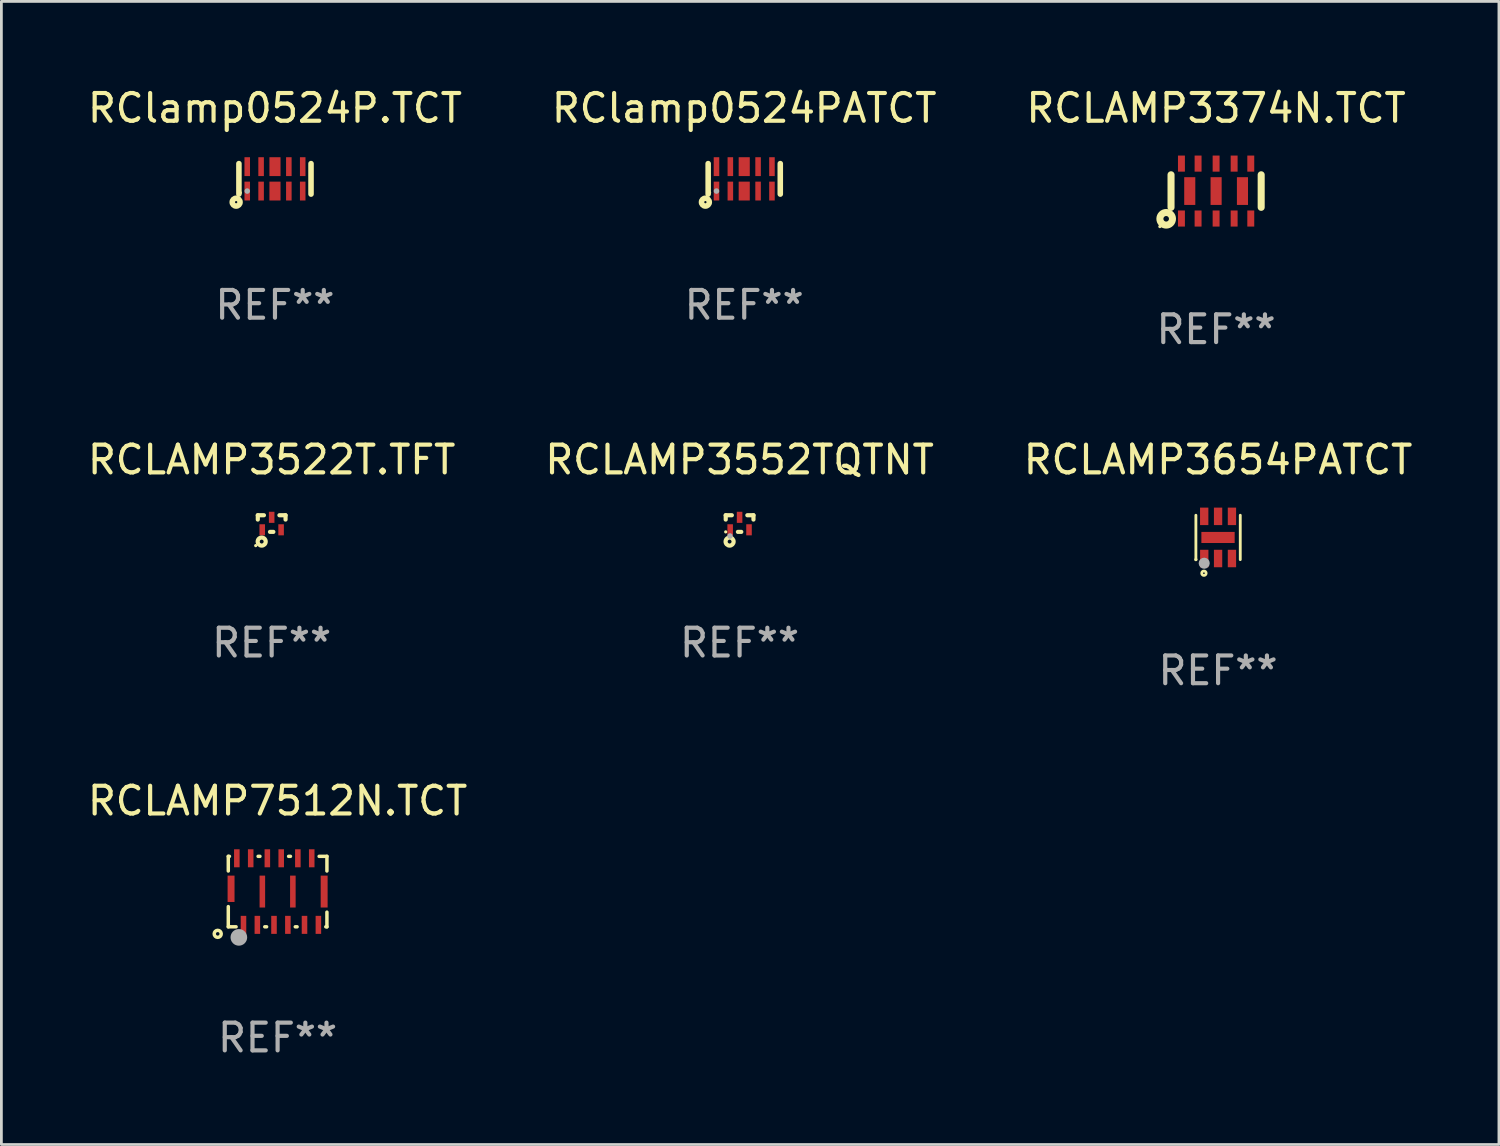
<source format=kicad_pcb>
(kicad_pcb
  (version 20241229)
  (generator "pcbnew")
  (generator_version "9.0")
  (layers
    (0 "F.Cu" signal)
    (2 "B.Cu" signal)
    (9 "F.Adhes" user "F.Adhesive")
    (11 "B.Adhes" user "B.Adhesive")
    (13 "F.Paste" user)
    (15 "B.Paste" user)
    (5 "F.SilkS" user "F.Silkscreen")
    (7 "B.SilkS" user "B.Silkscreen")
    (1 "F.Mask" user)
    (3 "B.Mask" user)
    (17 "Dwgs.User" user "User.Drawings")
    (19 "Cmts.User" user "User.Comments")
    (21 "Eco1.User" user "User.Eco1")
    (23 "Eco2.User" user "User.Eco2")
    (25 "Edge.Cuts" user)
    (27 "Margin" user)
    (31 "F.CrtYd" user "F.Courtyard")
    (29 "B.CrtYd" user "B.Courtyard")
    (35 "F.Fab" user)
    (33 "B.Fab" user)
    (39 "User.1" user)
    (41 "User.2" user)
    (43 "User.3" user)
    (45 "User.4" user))
  (footprint "RCLAMP3374N.TCT"
    (layer "F.Cu")
    (at 40.792 3.838)
    (property "Reference" "RCLAMP3374N.TCT" (at 0 -2.99 0) (layer "F.SilkS") (effects (font (size 1 1) (thickness 0.15))))
    (attr through_hole)
    (fp_line (start -1.625 -0.587) (end -1.625 0.587) (stroke (width 0.254) (type solid)) (layer "F.SilkS"))
    (fp_line (start 1.625 -0.587) (end 1.625 0.587) (stroke (width 0.254) (type solid)) (layer "F.SilkS"))
    (fp_circle (center -2.027 1.28) (end -1.997 1.28) (stroke (width 0.06) (type solid)) (fill no) (layer "F.SilkS"))
    (fp_circle (center -1.8 1) (end -1.7 1) (stroke (width 0.254) (type solid)) (fill no) (layer "F.SilkS"))
    (fp_text user "REF**" (at 0 4.99 0) (layer "F.Fab") (effects (font (size 1 1) (thickness 0.15))))
    (pad "1" smd rect (at -1.25 0.99) (size 0.25 0.58) (layers "F.Cu" "F.Mask" "F.Paste"))
    (pad "2" smd rect (at -0.65 0.99) (size 0.25 0.58) (layers "F.Cu" "F.Mask" "F.Paste"))
    (pad "3" smd rect (at 0 0.99) (size 0.25 0.58) (layers "F.Cu" "F.Mask" "F.Paste"))
    (pad "4" smd rect (at 0.65 0.99) (size 0.25 0.58) (layers "F.Cu" "F.Mask" "F.Paste"))
    (pad "5" smd rect (at 1.25 0.99) (size 0.25 0.58) (layers "F.Cu" "F.Mask" "F.Paste"))
    (pad "6" smd rect (at 1.25 -0.99) (size 0.25 0.58) (layers "F.Cu" "F.Mask" "F.Paste"))
    (pad "7" smd rect (at 0.65 -0.99) (size 0.25 0.58) (layers "F.Cu" "F.Mask" "F.Paste"))
    (pad "8" smd rect (at 0 -0.99) (size 0.25 0.58) (layers "F.Cu" "F.Mask" "F.Paste"))
    (pad "9" smd rect (at -0.65 -0.99) (size 0.25 0.58) (layers "F.Cu" "F.Mask" "F.Paste"))
    (pad "10" smd rect (at -1.25 -0.99) (size 0.25 0.58) (layers "F.Cu" "F.Mask" "F.Paste"))
    (pad "11" smd rect (at -0.95 0) (size 0.4 1) (layers "F.Cu" "F.Mask" "F.Paste"))
    (pad "12" smd rect (at 0 0) (size 0.4 1) (layers "F.Cu" "F.Mask" "F.Paste"))
    (pad "13" smd rect (at 0.95 0) (size 0.4 1) (layers "F.Cu" "F.Mask" "F.Paste")))
  (footprint "RClamp0524PATCT"
    (layer "F.Cu")
    (at 23.78 3.398)
    (property "Reference" "RClamp0524PATCT" (at 0 -2.55 0) (layer "F.SilkS") (effects (font (size 1 1) (thickness 0.15))))
    (attr through_hole)
    (fp_line (start -1.3 -0.55) (end -1.3 0.55) (stroke (width 0.2) (type solid)) (layer "F.SilkS"))
    (fp_line (start 1.3 -0.55) (end 1.3 0.55) (stroke (width 0.2) (type solid)) (layer "F.SilkS"))
    (fp_circle (center -1.4 0.84) (end -1.359 0.84) (stroke (width 0.2) (type solid)) (fill no) (layer "F.SilkS"))
    (fp_circle (center -1.25 0.5) (end -1.22 0.5) (stroke (width 0.06) (type solid)) (fill no) (layer "F.SilkS"))
    (fp_circle (center -1 0.44) (end -0.95 0.44) (stroke (width 0.1) (type solid)) (fill no) (layer "F.Fab"))
    (fp_text user "REF**" (at 0 4.55 0) (layer "F.Fab") (effects (font (size 1 1) (thickness 0.15))))
    (pad "1" smd rect (at -1 0.44) (size 0.2 0.68) (layers "F.Cu" "F.Mask" "F.Paste"))
    (pad "2" smd rect (at -0.5 0.44) (size 0.2 0.68) (layers "F.Cu" "F.Mask" "F.Paste"))
    (pad "3" smd rect (at 0.000254 0.44) (size 0.4 0.68) (layers "F.Cu" "F.Mask" "F.Paste"))
    (pad "4" smd rect (at 0.5 0.44) (size 0.2 0.68) (layers "F.Cu" "F.Mask" "F.Paste"))
    (pad "5" smd rect (at 1 0.44) (size 0.2 0.68) (layers "F.Cu" "F.Mask" "F.Paste"))
    (pad "6" smd rect (at 1 -0.44) (size 0.2 0.68) (layers "F.Cu" "F.Mask" "F.Paste"))
    (pad "7" smd rect (at 0.5 -0.44) (size 0.2 0.68) (layers "F.Cu" "F.Mask" "F.Paste"))
    (pad "8" smd rect (at 0.000254 -0.44) (size 0.4 0.68) (layers "F.Cu" "F.Mask" "F.Paste"))
    (pad "9" smd rect (at -0.5 -0.44) (size 0.2 0.68) (layers "F.Cu" "F.Mask" "F.Paste"))
    (pad "10" smd rect (at -1 -0.44) (size 0.2 0.68) (layers "F.Cu" "F.Mask" "F.Paste")))
  (footprint "RClamp0524P.TCT"
    (layer "F.Cu")
    (at 6.863 3.398)
    (property "Reference" "RClamp0524P.TCT" (at 0 -2.55 0) (layer "F.SilkS") (effects (font (size 1 1) (thickness 0.15))))
    (attr through_hole)
    (fp_line (start -1.3 -0.55) (end -1.3 0.55) (stroke (width 0.2) (type solid)) (layer "F.SilkS"))
    (fp_line (start 1.3 -0.55) (end 1.3 0.55) (stroke (width 0.2) (type solid)) (layer "F.SilkS"))
    (fp_circle (center -1.4 0.84) (end -1.359 0.84) (stroke (width 0.2) (type solid)) (fill no) (layer "F.SilkS"))
    (fp_circle (center -1.25 0.5) (end -1.22 0.5) (stroke (width 0.06) (type solid)) (fill no) (layer "F.SilkS"))
    (fp_circle (center -1 0.44) (end -0.95 0.44) (stroke (width 0.1) (type solid)) (fill no) (layer "F.Fab"))
    (fp_text user "REF**" (at 0 4.55 0) (layer "F.Fab") (effects (font (size 1 1) (thickness 0.15))))
    (pad "1" smd rect (at -1 0.44) (size 0.2 0.68) (layers "F.Cu" "F.Mask" "F.Paste"))
    (pad "2" smd rect (at -0.5 0.44) (size 0.2 0.68) (layers "F.Cu" "F.Mask" "F.Paste"))
    (pad "3" smd rect (at 0.000254 0.44) (size 0.4 0.68) (layers "F.Cu" "F.Mask" "F.Paste"))
    (pad "4" smd rect (at 0.5 0.44) (size 0.2 0.68) (layers "F.Cu" "F.Mask" "F.Paste"))
    (pad "5" smd rect (at 1 0.44) (size 0.2 0.68) (layers "F.Cu" "F.Mask" "F.Paste"))
    (pad "6" smd rect (at 1 -0.44) (size 0.2 0.68) (layers "F.Cu" "F.Mask" "F.Paste"))
    (pad "7" smd rect (at 0.5 -0.44) (size 0.2 0.68) (layers "F.Cu" "F.Mask" "F.Paste"))
    (pad "8" smd rect (at 0.000254 -0.44) (size 0.4 0.68) (layers "F.Cu" "F.Mask" "F.Paste"))
    (pad "9" smd rect (at -0.5 -0.44) (size 0.2 0.68) (layers "F.Cu" "F.Mask" "F.Paste"))
    (pad "10" smd rect (at -1 -0.44) (size 0.2 0.68) (layers "F.Cu" "F.Mask" "F.Paste")))
  (footprint "RCLAMP7512N.TCT"
    (layer "F.Cu")
    (at 6.958 29.092)
    (property "Reference" "RCLAMP7512N.TCT" (at 0 -3.27 0) (layer "F.SilkS") (effects (font (size 1 1) (thickness 0.15))))
    (attr through_hole)
    (fp_line (start -1.778 -1.27) (end -1.737 -1.27) (stroke (width 0.125) (type solid)) (layer "F.SilkS"))
    (fp_line (start -1.778 -0.742) (end -1.778 -1.27) (stroke (width 0.125) (type solid)) (layer "F.SilkS"))
    (fp_line (start -1.778 1.27) (end -1.778 0.542) (stroke (width 0.125) (type solid)) (layer "F.SilkS"))
    (fp_line (start -1.497 1.27) (end -1.778 1.27) (stroke (width 0.125) (type solid)) (layer "F.SilkS"))
    (fp_line (start -0.703 -1.27) (end -0.637 -1.27) (stroke (width 0.125) (type solid)) (layer "F.SilkS"))
    (fp_line (start -0.397 1.27) (end -0.463 1.27) (stroke (width 0.125) (type solid)) (layer "F.SilkS"))
    (fp_line (start 0.397 -1.27) (end 0.463 -1.27) (stroke (width 0.125) (type solid)) (layer "F.SilkS"))
    (fp_line (start 0.703 1.27) (end 0.637 1.27) (stroke (width 0.125) (type solid)) (layer "F.SilkS"))
    (fp_line (start 1.497 -1.27) (end 1.778 -1.27) (stroke (width 0.125) (type solid)) (layer "F.SilkS"))
    (fp_line (start 1.778 -1.27) (end 1.778 -0.742) (stroke (width 0.125) (type solid)) (layer "F.SilkS"))
    (fp_line (start 1.778 0.742) (end 1.778 1.27) (stroke (width 0.125) (type solid)) (layer "F.SilkS"))
    (fp_line (start 1.778 1.27) (end 1.737 1.27) (stroke (width 0.125) (type solid)) (layer "F.SilkS"))
    (fp_circle (center -2.159 1.524) (end -2.032 1.524) (stroke (width 0.125) (type solid)) (fill no) (layer "F.SilkS"))
    (fp_circle (center -1.75 1.25) (end -1.72 1.25) (stroke (width 0.06) (type solid)) (fill no) (layer "F.SilkS"))
    (fp_circle (center -1.397 1.651) (end -1.247 1.651) (stroke (width 0.3) (type solid)) (fill no) (layer "F.Fab"))
    (fp_text user "REF**" (at 0 5.27 0) (layer "F.Fab") (effects (font (size 1 1) (thickness 0.15))))
    (pad "1" smd rect (at -1.23 1.2) (size 0.2 0.65) (layers "F.Cu" "F.Mask" "F.Paste"))
    (pad "2" smd rect (at -0.73 1.2) (size 0.2 0.65) (layers "F.Cu" "F.Mask" "F.Paste"))
    (pad "3" smd rect (at -0.13 1.2) (size 0.2 0.65) (layers "F.Cu" "F.Mask" "F.Paste"))
    (pad "4" smd rect (at 0.37 1.2) (size 0.2 0.65) (layers "F.Cu" "F.Mask" "F.Paste"))
    (pad "5" smd rect (at 0.97 1.2) (size 0.2 0.65) (layers "F.Cu" "F.Mask" "F.Paste"))
    (pad "6" smd rect (at 1.47 1.2) (size 0.2 0.65) (layers "F.Cu" "F.Mask" "F.Paste"))
    (pad "7" smd rect (at 1.23 -1.2) (size 0.2 0.65) (layers "F.Cu" "F.Mask" "F.Paste"))
    (pad "8" smd rect (at 0.73 -1.2) (size 0.2 0.65) (layers "F.Cu" "F.Mask" "F.Paste"))
    (pad "9" smd rect (at 0.13 -1.2) (size 0.2 0.65) (layers "F.Cu" "F.Mask" "F.Paste"))
    (pad "10" smd rect (at -0.37 -1.2) (size 0.2 0.65) (layers "F.Cu" "F.Mask" "F.Paste"))
    (pad "11" smd rect (at -0.97 -1.2) (size 0.2 0.65) (layers "F.Cu" "F.Mask" "F.Paste"))
    (pad "12" smd rect (at -1.47 -1.2) (size 0.2 0.65) (layers "F.Cu" "F.Mask" "F.Paste"))
    (pad "13" smd rect (at -0.55 0) (size 0.2 1.15) (layers "F.Cu" "F.Mask" "F.Paste"))
    (pad "14" smd rect (at 0.55 0) (size 0.2 1.15) (layers "F.Cu" "F.Mask" "F.Paste"))
    (pad "15" smd rect (at -1.678 -0.1) (size 0.25 0.95) (layers "F.Cu" "F.Mask" "F.Paste"))
    (pad "16" smd rect (at 1.678 0) (size 0.25 1.15) (layers "F.Cu" "F.Mask" "F.Paste")))
  (footprint "RCLAMP3552TQTNT"
    (layer "F.Cu")
    (at 23.613 15.825)
    (property "Reference" "RCLAMP3552TQTNT" (at 0 -2.3 0) (layer "F.SilkS") (effects (font (size 1 1) (thickness 0.15))))
    (attr through_hole)
    (fp_line (start -0.5 -0.3) (end -0.5 -0.144) (stroke (width 0.15) (type solid)) (layer "F.SilkS"))
    (fp_line (start -0.5 -0.3) (end -0.279 -0.3) (stroke (width 0.15) (type solid)) (layer "F.SilkS"))
    (fp_line (start -0.061 0.3) (end 0.061 0.3) (stroke (width 0.15) (type solid)) (layer "F.SilkS"))
    (fp_line (start 0.279 -0.3) (end 0.5 -0.3) (stroke (width 0.15) (type solid)) (layer "F.SilkS"))
    (fp_line (start 0.5 -0.3) (end 0.5 -0.144) (stroke (width 0.15) (type solid)) (layer "F.SilkS"))
    (fp_circle (center -0.5 0.3) (end -0.47 0.3) (stroke (width 0.06) (type solid)) (fill no) (layer "F.SilkS"))
    (fp_circle (center -0.36 0.65) (end -0.29 0.65) (stroke (width 0.15) (type solid)) (fill no) (layer "F.SilkS"))
    (fp_circle (center -0.346 0.448) (end -0.296 0.448) (stroke (width 0.1) (type solid)) (fill no) (layer "F.Fab"))
    (fp_text user "REF**" (at 0 4.3 0) (layer "F.Fab") (effects (font (size 1 1) (thickness 0.15))))
    (pad "1" smd rect (at -0.34 0.225) (size 0.2 0.4) (layers "F.Cu" "F.Mask" "F.Paste"))
    (pad "2" smd rect (at 0.34 0.225) (size 0.2 0.4) (layers "F.Cu" "F.Mask" "F.Paste"))
    (pad "3" smd rect (at 0 -0.225) (size 0.2 0.4) (layers "F.Cu" "F.Mask" "F.Paste")))
  (footprint "RCLAMP3522T.TFT"
    (layer "F.Cu")
    (at 6.744 15.825)
    (property "Reference" "RCLAMP3522T.TFT" (at 0 -2.3 0) (layer "F.SilkS") (effects (font (size 1 1) (thickness 0.15))))
    (attr through_hole)
    (fp_line (start -0.5 -0.3) (end -0.5 -0.144) (stroke (width 0.15) (type solid)) (layer "F.SilkS"))
    (fp_line (start -0.5 -0.3) (end -0.279 -0.3) (stroke (width 0.15) (type solid)) (layer "F.SilkS"))
    (fp_line (start -0.061 0.3) (end 0.061 0.3) (stroke (width 0.15) (type solid)) (layer "F.SilkS"))
    (fp_line (start 0.279 -0.3) (end 0.5 -0.3) (stroke (width 0.15) (type solid)) (layer "F.SilkS"))
    (fp_line (start 0.5 -0.3) (end 0.5 -0.144) (stroke (width 0.15) (type solid)) (layer "F.SilkS"))
    (fp_circle (center -0.575 0.795) (end -0.545 0.795) (stroke (width 0.06) (type solid)) (fill no) (layer "F.SilkS"))
    (fp_circle (center -0.36 0.65) (end -0.29 0.65) (stroke (width 0.15) (type solid)) (fill no) (layer "F.SilkS"))
    (fp_text user "REF**" (at 0 4.3 0) (layer "F.Fab") (effects (font (size 1 1) (thickness 0.15))))
    (pad "1" smd rect (at -0.34 0.225) (size 0.2 0.4) (layers "F.Cu" "F.Mask" "F.Paste"))
    (pad "2" smd rect (at 0.34 0.225) (size 0.2 0.4) (layers "F.Cu" "F.Mask" "F.Paste"))
    (pad "3" smd rect (at 0 -0.225) (size 0.2 0.4) (layers "F.Cu" "F.Mask" "F.Paste")))
  (footprint "RCLAMP3654PATCT"
    (layer "F.Cu")
    (at 40.863 16.325)
    (property "Reference" "RCLAMP3654PATCT" (at 0 -2.8 0) (layer "F.SilkS") (effects (font (size 1 1) (thickness 0.15))))
    (attr through_hole)
    (fp_line (start -0.8 0.8) (end -0.8 -0.8) (stroke (width 0.102) (type solid)) (layer "F.SilkS"))
    (fp_line (start 0.8 0.8) (end 0.8 -0.8) (stroke (width 0.102) (type solid)) (layer "F.SilkS"))
    (fp_circle (center -0.8 0.8) (end -0.77 0.8) (stroke (width 0.06) (type solid)) (fill no) (layer "F.SilkS"))
    (fp_circle (center -0.51 1.29) (end -0.43 1.29) (stroke (width 0.1) (type solid)) (fill no) (layer "F.SilkS"))
    (fp_circle (center -0.5 0.93) (end -0.4 0.93) (stroke (width 0.2) (type solid)) (fill no) (layer "F.Fab"))
    (fp_text user "REF**" (at 0 4.8 0) (layer "F.Fab") (effects (font (size 1 1) (thickness 0.15))))
    (pad "1" smd rect (at -0.498 0.76 180) (size 0.3 0.63) (layers "F.Cu" "F.Mask" "F.Paste"))
    (pad "2" smd rect (at -0.000025 0.76 180) (size 0.3 0.63) (layers "F.Cu" "F.Mask" "F.Paste"))
    (pad "3" smd rect (at 0.5 0.76 180) (size 0.3 0.63) (layers "F.Cu" "F.Mask" "F.Paste"))
    (pad "4" smd rect (at 0.5 -0.76 180) (size 0.3 0.63) (layers "F.Cu" "F.Mask" "F.Paste"))
    (pad "5" smd rect (at -0.000025 -0.76) (size 0.3 0.63) (layers "F.Cu" "F.Mask" "F.Paste"))
    (pad "6" smd rect (at -0.5 -0.76) (size 0.3 0.63) (layers "F.Cu" "F.Mask" "F.Paste"))
    (pad "7" smd rect (at -0.002 0.001 90) (size 0.4 1.2) (layers "F.Cu" "F.Mask" "F.Paste")))
  (gr_rect
    (start -3 -3)
    (end 50.988 38.21)
    (stroke (width 0.1) (type default))
    (fill no)
    (layer "Edge.Cuts")))
</source>
